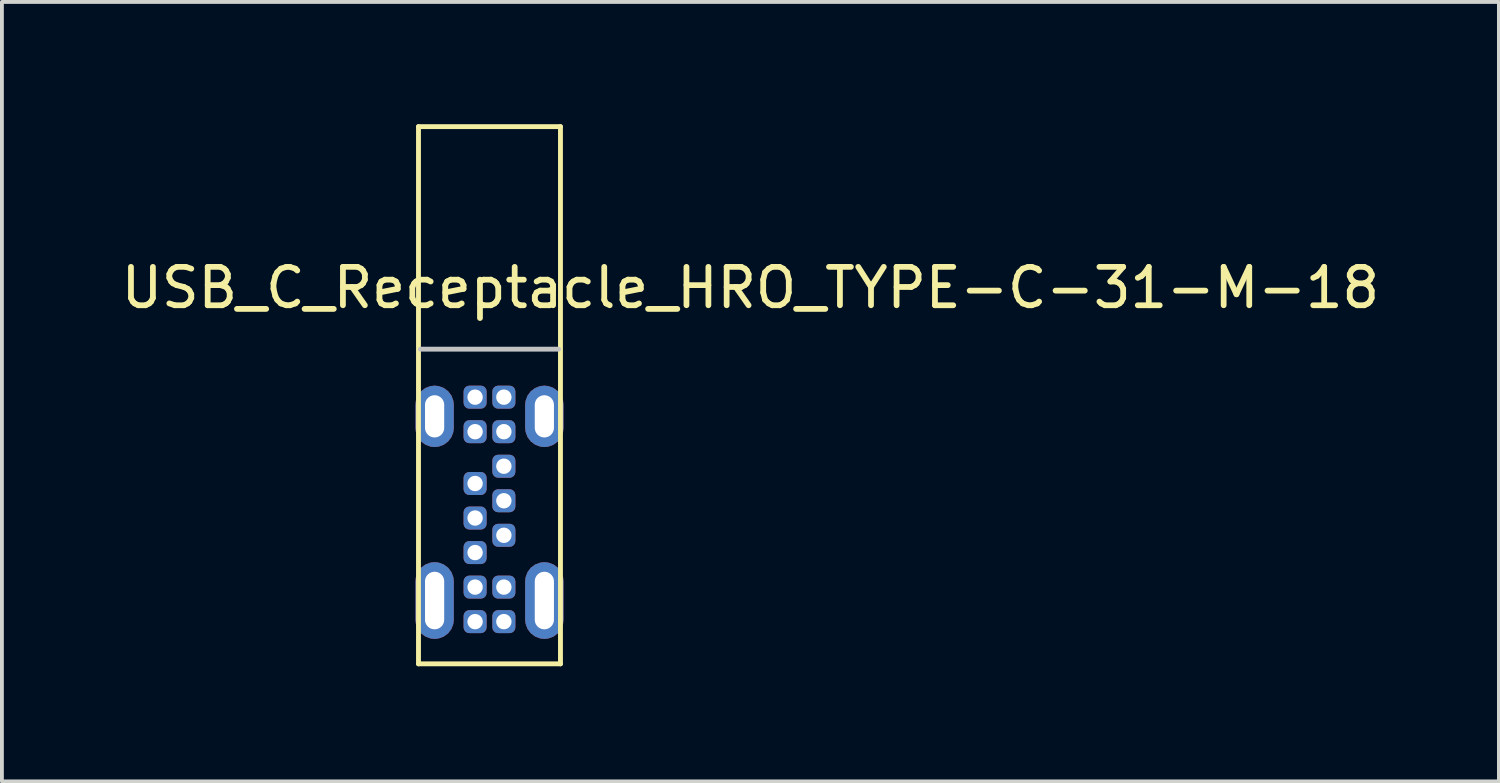
<source format=kicad_pcb>
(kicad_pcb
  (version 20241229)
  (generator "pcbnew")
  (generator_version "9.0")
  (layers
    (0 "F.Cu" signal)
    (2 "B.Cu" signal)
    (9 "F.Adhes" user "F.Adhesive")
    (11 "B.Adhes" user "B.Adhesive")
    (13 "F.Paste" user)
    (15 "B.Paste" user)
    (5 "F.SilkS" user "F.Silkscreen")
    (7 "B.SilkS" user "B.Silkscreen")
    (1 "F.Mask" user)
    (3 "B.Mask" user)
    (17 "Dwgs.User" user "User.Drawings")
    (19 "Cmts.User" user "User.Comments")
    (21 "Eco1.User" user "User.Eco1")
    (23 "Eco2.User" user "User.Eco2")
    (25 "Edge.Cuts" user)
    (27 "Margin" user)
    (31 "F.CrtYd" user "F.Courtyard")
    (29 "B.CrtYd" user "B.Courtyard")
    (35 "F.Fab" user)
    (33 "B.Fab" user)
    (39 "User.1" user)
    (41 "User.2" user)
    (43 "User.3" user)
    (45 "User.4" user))
  (footprint "USB_C_Receptacle_HRO_TYPE-C-31-M-18"
    (layer "F.Cu")
    (at 9.706 0.25)
    (property "Reference" "USB_C_Receptacle_HRO_TYPE-C-31-M-18" (at 6.8 4.2 0) (layer "F.SilkS") (effects (font (size 1 1) (thickness 0.15))))
    (attr through_hole)
    (fp_line (start -1.85 0) (end -1.85 14) (stroke (width 0.127) (type solid)) (layer "F.SilkS"))
    (fp_line (start -1.85 0) (end 1.85 0) (stroke (width 0.127) (type solid)) (layer "F.SilkS"))
    (fp_line (start 1.85 0) (end 1.85 14) (stroke (width 0.127) (type solid)) (layer "F.SilkS"))
    (fp_line (start 1.85 14) (end -1.85 14) (stroke (width 0.127) (type solid)) (layer "F.SilkS"))
    (fp_line (start -1.8 5.8) (end 1.8 5.8) (stroke (width 0.127) (type solid)) (layer "Dwgs.User"))
    (pad "A1" thru_hole roundrect (at 0.375 7.05) (size 0.6 0.6) (drill 0.4) (layers "*.Cu" "*.Mask") (roundrect_rratio 0.25))
    (pad "A4" thru_hole roundrect (at 0.375 7.95) (size 0.6 0.6) (drill 0.4) (layers "*.Cu" "*.Mask") (roundrect_rratio 0.25))
    (pad "A5" thru_hole roundrect (at 0.375 8.85) (size 0.6 0.6) (drill 0.4) (layers "*.Cu" "*.Mask") (roundrect_rratio 0.25))
    (pad "A6" thru_hole roundrect (at 0.375 9.75) (size 0.6 0.6) (drill 0.4) (layers "*.Cu" "*.Mask") (roundrect_rratio 0.25))
    (pad "A7" thru_hole roundrect (at 0.375 10.65) (size 0.6 0.6) (drill 0.4) (layers "*.Cu" "*.Mask") (roundrect_rratio 0.25))
    (pad "A9" thru_hole roundrect (at 0.375 12) (size 0.6 0.6) (drill 0.4) (layers "*.Cu" "*.Mask") (roundrect_rratio 0.25))
    (pad "A12" thru_hole roundrect (at 0.375 12.9) (size 0.6 0.6) (drill 0.4) (layers "*.Cu" "*.Mask") (roundrect_rratio 0.25))
    (pad "B1" thru_hole roundrect (at -0.375 12.9 180) (size 0.6 0.6) (drill 0.4) (layers "*.Cu" "*.Mask") (roundrect_rratio 0.25))
    (pad "B4" thru_hole roundrect (at -0.375 12 180) (size 0.6 0.6) (drill 0.4) (layers "*.Cu" "*.Mask") (roundrect_rratio 0.25))
    (pad "B5" thru_hole roundrect (at -0.375 11.1 180) (size 0.6 0.6) (drill 0.4) (layers "*.Cu" "*.Mask") (roundrect_rratio 0.25))
    (pad "B6" thru_hole roundrect (at -0.375 10.2 180) (size 0.6 0.6) (drill 0.4) (layers "*.Cu" "*.Mask") (roundrect_rratio 0.25))
    (pad "B7" thru_hole roundrect (at -0.375 9.3 180) (size 0.6 0.6) (drill 0.4) (layers "*.Cu" "*.Mask") (roundrect_rratio 0.25))
    (pad "B9" thru_hole roundrect (at -0.375 7.95 180) (size 0.6 0.6) (drill 0.4) (layers "*.Cu" "*.Mask") (roundrect_rratio 0.25))
    (pad "B12" thru_hole roundrect (at -0.375 7.05 180) (size 0.6 0.6) (drill 0.4) (layers "*.Cu" "*.Mask") (roundrect_rratio 0.25))
    (pad "S1" thru_hole roundrect (at -1.43 7.55 90) (size 1.6 1) (drill oval 1.1 0.5) (layers "*.Cu" "*.Mask") (roundrect_rratio 0.5))
    (pad "S1" thru_hole roundrect (at -1.43 12.35 90) (size 2 1) (drill oval 1.5 0.5) (layers "*.Cu" "*.Mask") (roundrect_rratio 0.5))
    (pad "S1" thru_hole roundrect (at 1.43 7.55 90) (size 1.6 1) (drill oval 1.1 0.5) (layers "*.Cu" "*.Mask") (roundrect_rratio 0.5))
    (pad "S1" thru_hole roundrect (at 1.43 12.35 90) (size 2 1) (drill oval 1.5 0.5) (layers "*.Cu" "*.Mask") (roundrect_rratio 0.5)))
  (gr_rect
    (start -3 -3)
    (end 36.012 17.314)
    (stroke (width 0.1) (type default))
    (fill no)
    (layer "Edge.Cuts")))
</source>
